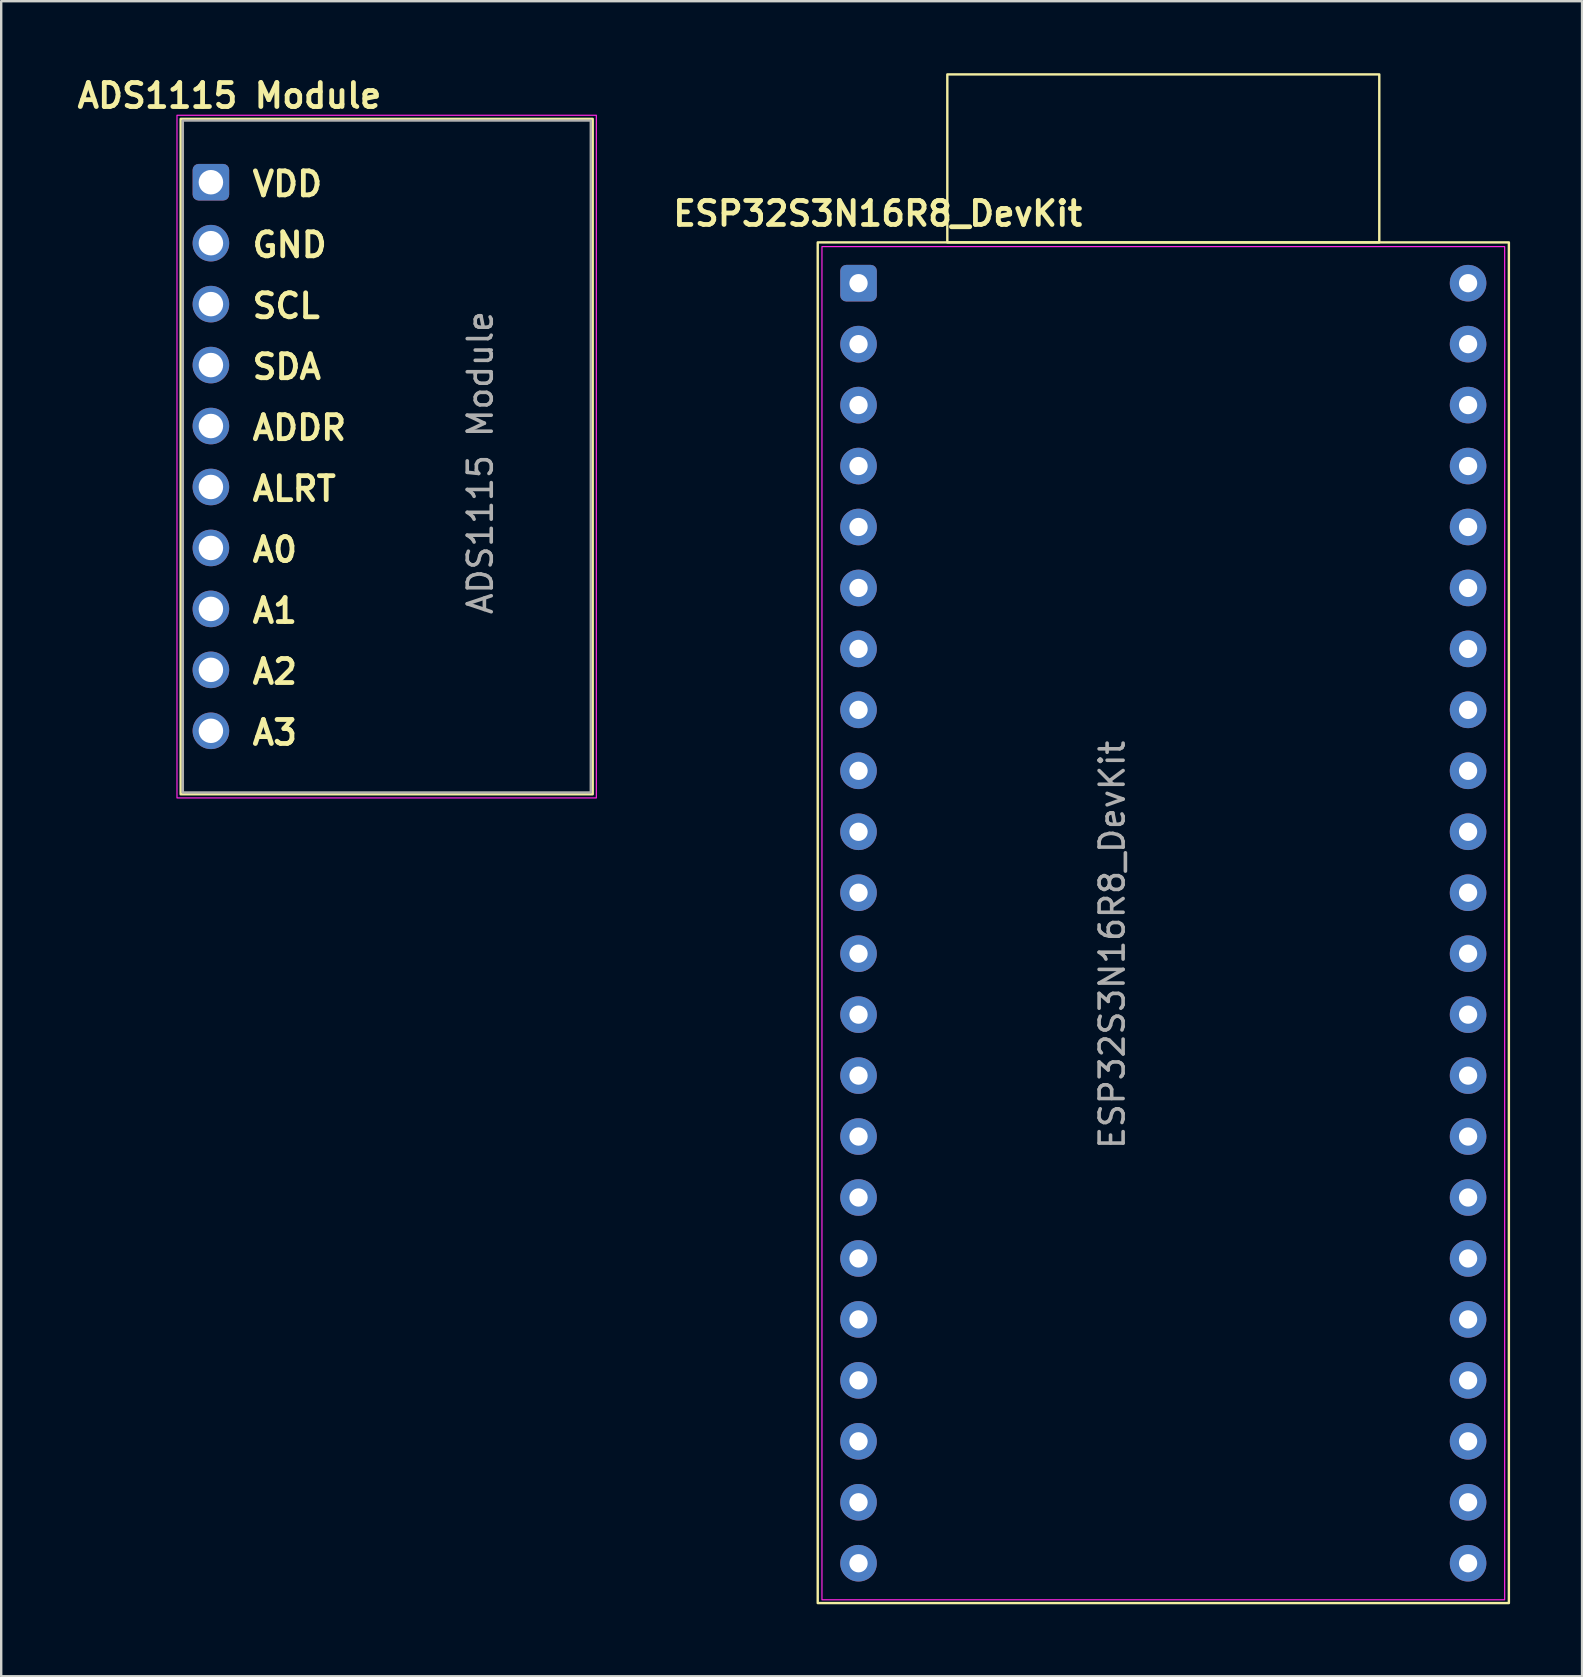
<source format=kicad_pcb>
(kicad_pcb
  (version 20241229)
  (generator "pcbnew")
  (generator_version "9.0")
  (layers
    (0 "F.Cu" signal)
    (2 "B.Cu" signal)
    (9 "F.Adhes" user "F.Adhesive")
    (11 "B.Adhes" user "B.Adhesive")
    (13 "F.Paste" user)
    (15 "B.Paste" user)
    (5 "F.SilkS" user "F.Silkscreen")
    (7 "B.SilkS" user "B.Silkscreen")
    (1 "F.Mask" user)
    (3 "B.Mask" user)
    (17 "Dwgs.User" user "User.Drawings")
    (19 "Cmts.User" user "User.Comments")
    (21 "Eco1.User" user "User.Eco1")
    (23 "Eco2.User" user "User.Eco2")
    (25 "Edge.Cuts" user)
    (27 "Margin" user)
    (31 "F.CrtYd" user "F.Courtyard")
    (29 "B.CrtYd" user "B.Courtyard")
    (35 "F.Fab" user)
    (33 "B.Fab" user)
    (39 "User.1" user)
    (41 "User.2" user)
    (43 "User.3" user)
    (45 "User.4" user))
  (footprint "ESP32S3N16R8_DevKit"
    (layer "F.Cu")
    (at 32.725 8.75)
    (property "Reference" "ESP32S3N16R8_DevKit" (at 0.8 -2.9 0) (unlocked yes) (layer "F.SilkS") (effects (font (size 1 1) (thickness 0.2) (bold yes))))
    (attr through_hole)
    (fp_rect (start -1.7 -1.7) (end 27.1 55) (stroke (width 0.1) (type default)) (fill no) (layer "F.SilkS"))
    (fp_rect (start 3.7 -8.7) (end 21.7 -1.7) (stroke (width 0.1) (type default)) (fill no) (layer "F.SilkS"))
    (fp_rect (start -1.524 -1.524) (end 26.924 54.864) (stroke (width 0.05) (type default)) (fill no) (layer "F.CrtYd"))
    (fp_text user "${REFERENCE}" (at 10.57 27.57 90) (unlocked yes) (layer "F.Fab") (effects (font (size 1 1) (thickness 0.15))))
    (pad "1" thru_hole roundrect (at 0 0) (size 1.524 1.524) (drill 0.762) (layers "*.Cu" "*.Mask") (roundrect_rratio 0.164))
    (pad "2" thru_hole circle (at 0 2.54) (size 1.524 1.524) (drill 0.762) (layers "*.Cu" "*.Mask"))
    (pad "3" thru_hole circle (at 0 5.08) (size 1.524 1.524) (drill 0.762) (layers "*.Cu" "*.Mask"))
    (pad "4" thru_hole circle (at 0 7.62) (size 1.524 1.524) (drill 0.762) (layers "*.Cu" "*.Mask"))
    (pad "5" thru_hole circle (at 0 10.16) (size 1.524 1.524) (drill 0.762) (layers "*.Cu" "*.Mask"))
    (pad "6" thru_hole circle (at 0 12.7) (size 1.524 1.524) (drill 0.762) (layers "*.Cu" "*.Mask"))
    (pad "7" thru_hole circle (at 0 15.24) (size 1.524 1.524) (drill 0.762) (layers "*.Cu" "*.Mask"))
    (pad "8" thru_hole circle (at 0 17.78) (size 1.524 1.524) (drill 0.762) (layers "*.Cu" "*.Mask"))
    (pad "9" thru_hole circle (at 0 20.32) (size 1.524 1.524) (drill 0.762) (layers "*.Cu" "*.Mask"))
    (pad "10" thru_hole circle (at 0 22.86) (size 1.524 1.524) (drill 0.762) (layers "*.Cu" "*.Mask"))
    (pad "11" thru_hole circle (at 0 25.4) (size 1.524 1.524) (drill 0.762) (layers "*.Cu" "*.Mask"))
    (pad "12" thru_hole circle (at 0 27.94) (size 1.524 1.524) (drill 0.762) (layers "*.Cu" "*.Mask"))
    (pad "13" thru_hole circle (at 0 30.48) (size 1.524 1.524) (drill 0.762) (layers "*.Cu" "*.Mask"))
    (pad "14" thru_hole circle (at 0 33.02) (size 1.524 1.524) (drill 0.762) (layers "*.Cu" "*.Mask"))
    (pad "15" thru_hole circle (at 0 35.56) (size 1.524 1.524) (drill 0.762) (layers "*.Cu" "*.Mask"))
    (pad "16" thru_hole circle (at 0 38.1) (size 1.524 1.524) (drill 0.762) (layers "*.Cu" "*.Mask"))
    (pad "17" thru_hole circle (at 0 40.64) (size 1.524 1.524) (drill 0.762) (layers "*.Cu" "*.Mask"))
    (pad "18" thru_hole circle (at 0 43.18) (size 1.524 1.524) (drill 0.762) (layers "*.Cu" "*.Mask"))
    (pad "19" thru_hole circle (at 0 45.72) (size 1.524 1.524) (drill 0.762) (layers "*.Cu" "*.Mask"))
    (pad "20" thru_hole circle (at 0 48.26) (size 1.524 1.524) (drill 0.762) (layers "*.Cu" "*.Mask"))
    (pad "21" thru_hole circle (at 0 50.8) (size 1.524 1.524) (drill 0.762) (layers "*.Cu" "*.Mask"))
    (pad "22" thru_hole circle (at 0 53.34) (size 1.524 1.524) (drill 0.762) (layers "*.Cu" "*.Mask"))
    (pad "23" thru_hole circle (at 25.4 0) (size 1.524 1.524) (drill 0.762) (layers "*.Cu" "*.Mask"))
    (pad "24" thru_hole circle (at 25.4 2.54) (size 1.524 1.524) (drill 0.762) (layers "*.Cu" "*.Mask"))
    (pad "25" thru_hole circle (at 25.4 5.08) (size 1.524 1.524) (drill 0.762) (layers "*.Cu" "*.Mask"))
    (pad "26" thru_hole circle (at 25.4 7.62) (size 1.524 1.524) (drill 0.762) (layers "*.Cu" "*.Mask"))
    (pad "27" thru_hole circle (at 25.4 10.16) (size 1.524 1.524) (drill 0.762) (layers "*.Cu" "*.Mask"))
    (pad "28" thru_hole circle (at 25.4 12.7) (size 1.524 1.524) (drill 0.762) (layers "*.Cu" "*.Mask"))
    (pad "29" thru_hole circle (at 25.4 15.24) (size 1.524 1.524) (drill 0.762) (layers "*.Cu" "*.Mask"))
    (pad "30" thru_hole circle (at 25.4 17.78) (size 1.524 1.524) (drill 0.762) (layers "*.Cu" "*.Mask"))
    (pad "31" thru_hole circle (at 25.4 20.32) (size 1.524 1.524) (drill 0.762) (layers "*.Cu" "*.Mask"))
    (pad "32" thru_hole circle (at 25.4 22.86) (size 1.524 1.524) (drill 0.762) (layers "*.Cu" "*.Mask"))
    (pad "33" thru_hole circle (at 25.4 25.4) (size 1.524 1.524) (drill 0.762) (layers "*.Cu" "*.Mask"))
    (pad "34" thru_hole circle (at 25.4 27.94) (size 1.524 1.524) (drill 0.762) (layers "*.Cu" "*.Mask"))
    (pad "35" thru_hole circle (at 25.4 30.48) (size 1.524 1.524) (drill 0.762) (layers "*.Cu" "*.Mask"))
    (pad "36" thru_hole circle (at 25.4 33.02) (size 1.524 1.524) (drill 0.762) (layers "*.Cu" "*.Mask"))
    (pad "37" thru_hole circle (at 25.4 35.56) (size 1.524 1.524) (drill 0.762) (layers "*.Cu" "*.Mask"))
    (pad "38" thru_hole circle (at 25.4 38.1) (size 1.524 1.524) (drill 0.762) (layers "*.Cu" "*.Mask"))
    (pad "39" thru_hole circle (at 25.4 40.64) (size 1.524 1.524) (drill 0.762) (layers "*.Cu" "*.Mask"))
    (pad "40" thru_hole circle (at 25.4 43.18) (size 1.524 1.524) (drill 0.762) (layers "*.Cu" "*.Mask"))
    (pad "41" thru_hole circle (at 25.4 45.72) (size 1.524 1.524) (drill 0.762) (layers "*.Cu" "*.Mask"))
    (pad "42" thru_hole circle (at 25.4 48.26) (size 1.524 1.524) (drill 0.762) (layers "*.Cu" "*.Mask"))
    (pad "43" thru_hole circle (at 25.4 50.8) (size 1.524 1.524) (drill 0.762) (layers "*.Cu" "*.Mask"))
    (pad "44" thru_hole circle (at 25.4 53.34) (size 1.524 1.524) (drill 0.762) (layers "*.Cu" "*.Mask")))
  (footprint "ADS1115 Module"
    (layer "F.Cu")
    (at 5.738 4.543)
    (property "Reference" "ADS1115 Module" (at 0.772 -3.607 0) (unlocked yes) (layer "F.SilkS") (effects (font (size 1 1) (thickness 0.2) (bold yes))))
    (attr through_hole)
    (fp_rect (start -1.26 -2.639) (end 15.91 25.504) (stroke (width 0.1) (type default)) (fill no) (layer "F.SilkS"))
    (fp_rect (start -1.413 -2.791) (end 16.062 25.657) (stroke (width 0.05) (type default)) (fill no) (layer "F.CrtYd"))
    (fp_rect (start -1.17 -2.57) (end 15.83 25.43) (stroke (width 0.1) (type default)) (fill no) (layer "F.Fab"))
    (fp_text user "A1" (at 1.626 18.44 0) (unlocked yes) (layer "F.SilkS") (effects (font (size 1 1) (thickness 0.2) (bold yes)) (justify left bottom)))
    (fp_text user "SCL" (at 1.626 5.74 0) (unlocked yes) (layer "F.SilkS") (effects (font (size 1 1) (thickness 0.2) (bold yes)) (justify left bottom)))
    (fp_text user "ADDR" (at 1.626 10.82 0) (unlocked yes) (layer "F.SilkS") (effects (font (size 1 1) (thickness 0.2) (bold yes)) (justify left bottom)))
    (fp_text user "GND" (at 1.626 3.2 0) (unlocked yes) (layer "F.SilkS") (effects (font (size 1 1) (thickness 0.2) (bold yes)) (justify left bottom)))
    (fp_text user "ALRT" (at 1.626 13.36 0) (unlocked yes) (layer "F.SilkS") (effects (font (size 1 1) (thickness 0.2) (bold yes)) (justify left bottom)))
    (fp_text user "A2" (at 1.626 20.98 0) (unlocked yes) (layer "F.SilkS") (effects (font (size 1 1) (thickness 0.2) (bold yes)) (justify left bottom)))
    (fp_text user "A3" (at 1.626 23.52 0) (unlocked yes) (layer "F.SilkS") (effects (font (size 1 1) (thickness 0.2) (bold yes)) (justify left bottom)))
    (fp_text user "A0" (at 1.626 15.9 0) (unlocked yes) (layer "F.SilkS") (effects (font (size 1 1) (thickness 0.2) (bold yes)) (justify left bottom)))
    (fp_text user "SDA" (at 1.626 8.28 0) (unlocked yes) (layer "F.SilkS") (effects (font (size 1 1) (thickness 0.2) (bold yes)) (justify left bottom)))
    (fp_text user "VDD" (at 1.626 0.66 0) (unlocked yes) (layer "F.SilkS") (effects (font (size 1 1) (thickness 0.2) (bold yes)) (justify left bottom)))
    (fp_text user "${REFERENCE}" (at 11.227 11.684 90) (unlocked yes) (layer "F.Fab") (effects (font (size 1 1) (thickness 0.15))))
    (pad "1" thru_hole roundrect (at 0 0) (size 1.524 1.524) (drill 1.02) (layers "*.Cu" "*.Mask") (roundrect_rratio 0.164))
    (pad "2" thru_hole circle (at 0 2.54) (size 1.524 1.524) (drill 1.02) (layers "*.Cu" "*.Mask"))
    (pad "3" thru_hole circle (at 0 5.08) (size 1.524 1.524) (drill 1.02) (layers "*.Cu" "*.Mask"))
    (pad "4" thru_hole circle (at 0 7.62) (size 1.524 1.524) (drill 1.02) (layers "*.Cu" "*.Mask"))
    (pad "5" thru_hole circle (at 0 10.16) (size 1.524 1.524) (drill 1.02) (layers "*.Cu" "*.Mask"))
    (pad "6" thru_hole circle (at 0 12.7) (size 1.524 1.524) (drill 1.02) (layers "*.Cu" "*.Mask"))
    (pad "7" thru_hole circle (at 0 15.24) (size 1.524 1.524) (drill 1.02) (layers "*.Cu" "*.Mask"))
    (pad "8" thru_hole circle (at 0 17.78) (size 1.524 1.524) (drill 1.02) (layers "*.Cu" "*.Mask"))
    (pad "9" thru_hole circle (at 0 20.32) (size 1.524 1.524) (drill 1.02) (layers "*.Cu" "*.Mask"))
    (pad "10" thru_hole circle (at 0 22.86) (size 1.524 1.524) (drill 1.02) (layers "*.Cu" "*.Mask")))
  (gr_rect
    (start -3 -3)
    (end 62.875 66.8)
    (stroke (width 0.1) (type default))
    (fill no)
    (layer "Edge.Cuts")))
</source>
